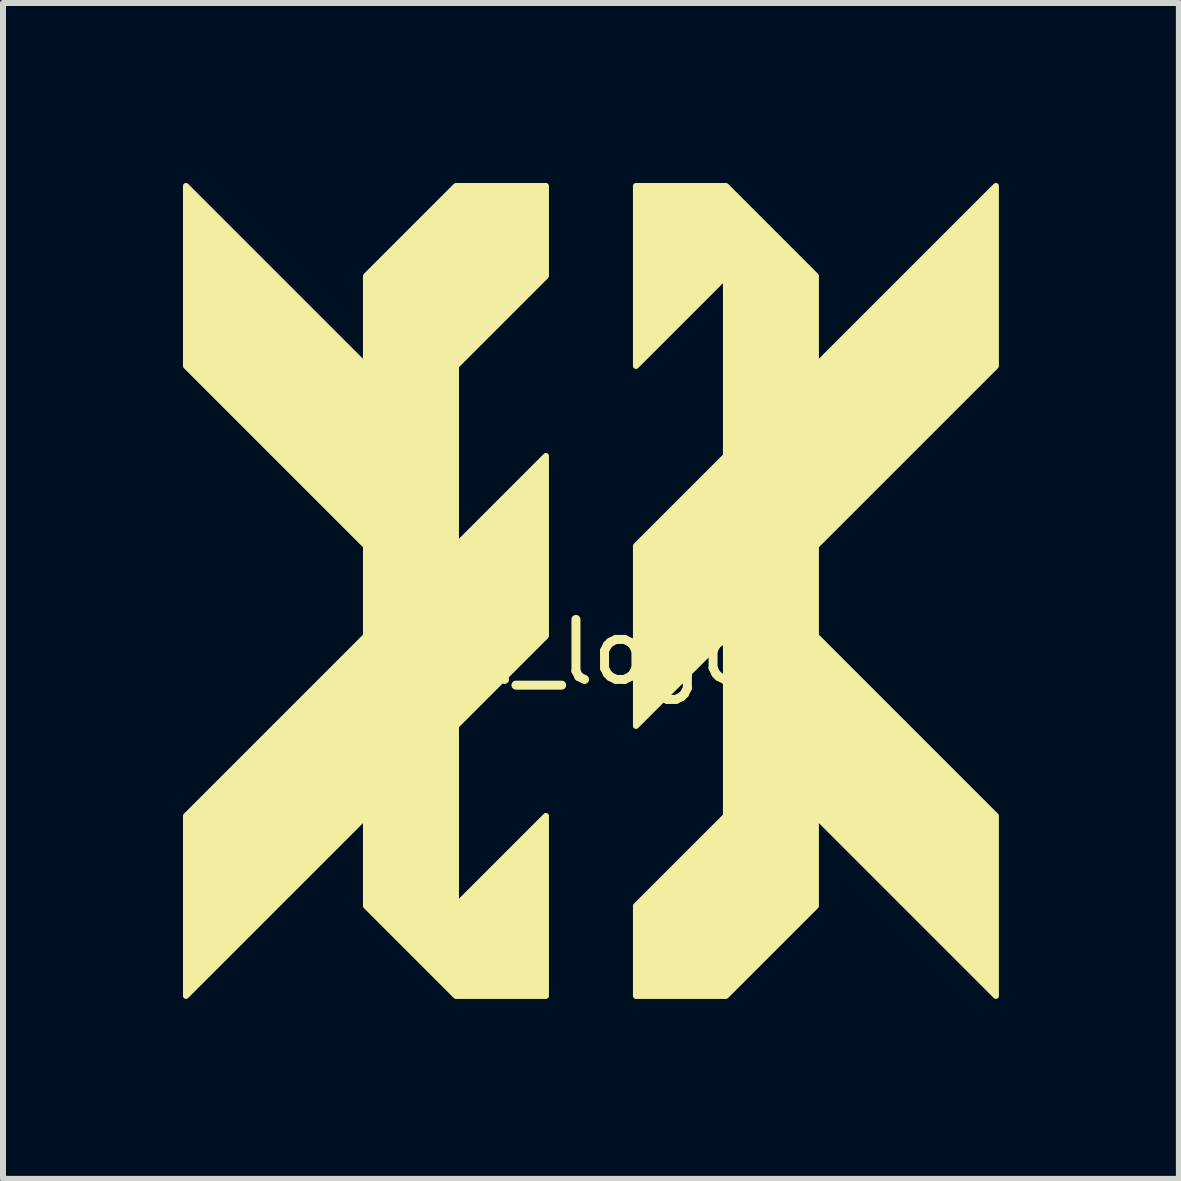
<source format=kicad_pcb>
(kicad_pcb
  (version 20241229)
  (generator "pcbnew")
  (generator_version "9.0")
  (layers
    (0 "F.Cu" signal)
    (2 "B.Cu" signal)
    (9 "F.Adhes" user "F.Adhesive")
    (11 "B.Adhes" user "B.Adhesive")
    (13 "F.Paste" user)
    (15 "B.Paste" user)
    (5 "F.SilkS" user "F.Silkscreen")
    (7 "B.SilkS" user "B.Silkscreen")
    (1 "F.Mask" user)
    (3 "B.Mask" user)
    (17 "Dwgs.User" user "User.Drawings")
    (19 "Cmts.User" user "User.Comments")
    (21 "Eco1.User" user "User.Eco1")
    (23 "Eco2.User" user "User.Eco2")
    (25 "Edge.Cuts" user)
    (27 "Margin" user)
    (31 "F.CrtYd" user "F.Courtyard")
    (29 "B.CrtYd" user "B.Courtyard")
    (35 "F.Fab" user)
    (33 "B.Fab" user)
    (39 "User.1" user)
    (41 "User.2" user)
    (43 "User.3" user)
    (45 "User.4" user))
  (footprint "KK_logo"
    (layer "F.Cu")
    (at 6.55 6.55)
    (property "Reference" "KK_logo" (at 0 1.27 0) (layer "F.SilkS") (effects (font (size 1 1) (thickness 0.15))))
    (attr through_hole)
    (fp_poly (pts (xy -0.5 -6.5) (xy -0.5 -5) (xy -2 -3.5) (xy -2 -0.5) (xy -0.5 -2) (xy -0.5 1) (xy -2 2.5) (xy -2 5.5) (xy -0.5 4) (xy -0.5 7) (xy -2 7) (xy -3.5 5.5) (xy -3.5 4) (xy -6.5 7) (xy -6.5 4) (xy -3.5 1) (xy -3.5 -0.5) (xy -6.5 -3.5) (xy -6.5 -6.5) (xy -3.5 -3.5) (xy -3.5 -5) (xy -2 -6.5)) (stroke (width 0.1) (type solid)) (fill yes) (layer "F.SilkS"))
    (fp_poly (pts (xy 1 2.5) (xy 2.5 1) (xy 2.5 4) (xy 1 5.5) (xy 1 7) (xy 2.5 7) (xy 4 5.5) (xy 4 4) (xy 7 7) (xy 7 4) (xy 4 1) (xy 4 -0.5) (xy 7 -3.5) (xy 7 -6.5) (xy 4 -3.5) (xy 4 -5) (xy 2.5 -6.5) (xy 1 -6.5) (xy 1 -3.5) (xy 2.5 -5) (xy 2.5 -2) (xy 1 -0.5)) (stroke (width 0.1) (type solid)) (fill yes) (layer "F.SilkS")))
  (gr_rect
    (start -3 -3)
    (end 16.6 16.6)
    (stroke (width 0.1) (type default))
    (fill no)
    (layer "Edge.Cuts")))
</source>
